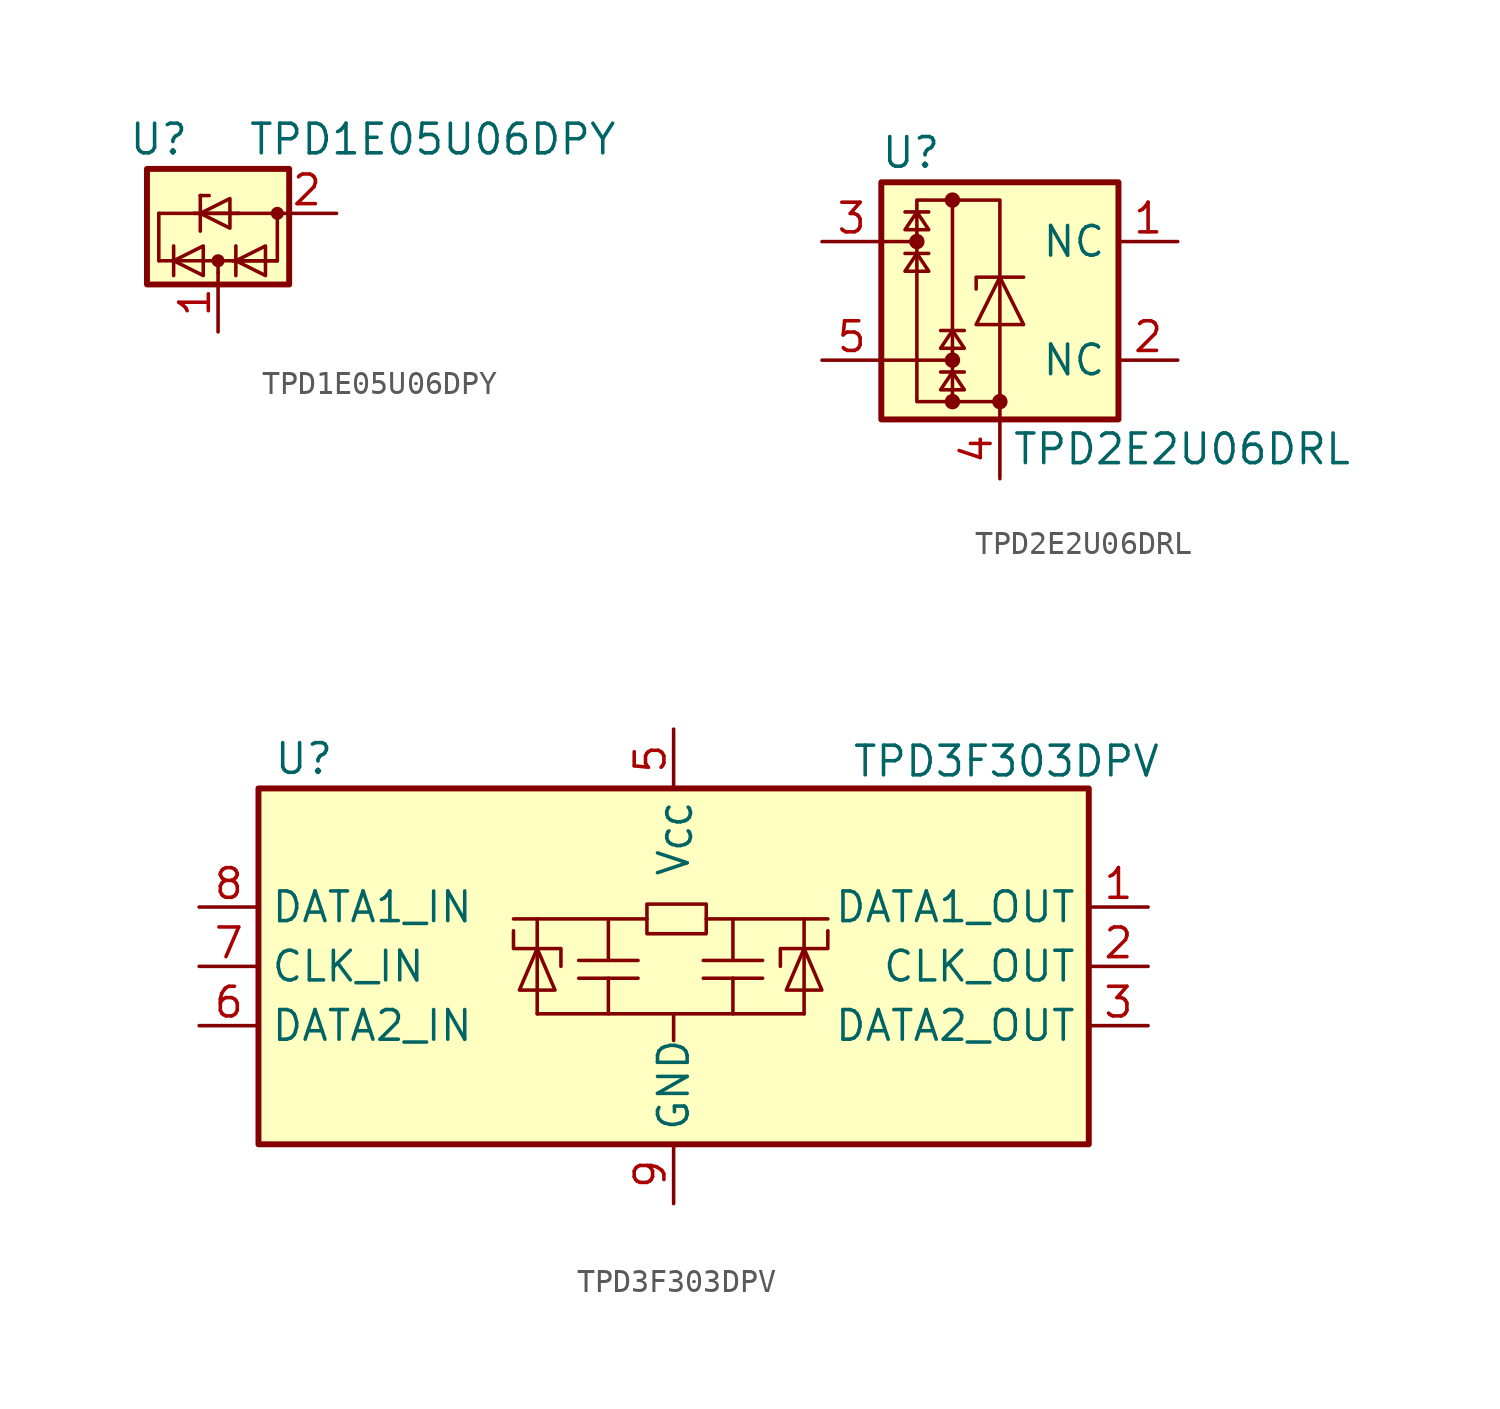
<source format=kicad_sym>
(kicad_symbol_lib
  (version 20241209)
  (generator "kicad_symbol_editor")
  (generator_version "9.0")
  (symbol "TPD1E05U06DPY"
    (pin_names
      (offset 0)
      (hide yes))
    (property "Reference" "U"
      (at -2.54 3.175 0)
      (effects (font (size 1.27 1.27))))
    (property "Value" "TPD1E05U06DPY"
      (at 1.27 3.175 0)
      (effects (font (size 1.27 1.27)) (justify left)))
    (symbol "TPD1E05U06DPY_0_1"
      (rectangle (start -3.048 1.905) (end 3.048 -3.048) (stroke (width 0.254) (type default)) (fill (type background)))
      (polyline (pts (xy -2.54 -2.032) (xy -2.54 0)) (stroke (width 0) (type default)) (fill (type none)))
      (polyline (pts (xy -1.905 -2.032) (xy -0.635 -1.397) (xy -0.635 -2.667) (xy -1.905 -2.032)) (stroke (width 0) (type default)) (fill (type none)))
      (polyline (pts (xy -1.905 -2.667) (xy -1.905 -1.397)) (stroke (width 0) (type default)) (fill (type none)))
      (polyline (pts (xy -1.016 0) (xy -2.54 0)) (stroke (width 0) (type default)) (fill (type none)))
      (polyline (pts (xy -0.762 0.762) (xy -0.762 0.762)) (stroke (width 0) (type default)) (fill (type none)))
      (polyline (pts (xy -0.762 0) (xy 0.508 0.635) (xy 0.508 -0.635) (xy -0.762 0)) (stroke (width 0) (type default)) (fill (type none)))
      (polyline (pts (xy -0.762 -0.762) (xy -0.762 0.762)) (stroke (width 0) (type default)) (fill (type none)))
      (polyline (pts (xy -0.635 -2.032) (xy -2.54 -2.032)) (stroke (width 0) (type default)) (fill (type none)))
      (polyline (pts (xy -0.635 -2.032) (xy 0.635 -2.032)) (stroke (width 0) (type default)) (fill (type none)))
      (polyline (pts (xy -0.381 0.762) (xy -0.762 0.762)) (stroke (width 0) (type default)) (fill (type none)))
      (circle (center 0 -2.032) (radius 0.203) (stroke (width 0) (type default)) (fill (type outline)))
      (polyline (pts (xy 0 -2.54) (xy 0 -2.032)) (stroke (width 0) (type default)) (fill (type none)))
      (polyline (pts (xy 0.762 -2.032) (xy 2.032 -1.397) (xy 2.032 -2.667) (xy 0.762 -2.032)) (stroke (width 0) (type default)) (fill (type none)))
      (polyline (pts (xy 0.762 -2.667) (xy 0.762 -1.397)) (stroke (width 0) (type default)) (fill (type none)))
      (polyline (pts (xy 0.889 0) (xy -1.016 0)) (stroke (width 0) (type default)) (fill (type none)))
      (polyline (pts (xy 0.889 0) (xy -1.016 0)) (stroke (width 0) (type default)) (fill (type none)))
      (polyline (pts (xy 0.889 0) (xy 2.54 0)) (stroke (width 0) (type default)) (fill (type none)))
      (circle (center 2.54 0) (radius 0.203) (stroke (width 0) (type default)) (fill (type outline)))
      (polyline (pts (xy 2.54 -2.032) (xy 0.635 -2.032)) (stroke (width 0) (type default)) (fill (type none)))
      (polyline (pts (xy 2.54 -2.032) (xy 0.635 -2.032)) (stroke (width 0) (type default)) (fill (type none)))
      (polyline (pts (xy 2.54 -2.032) (xy 2.54 0)) (stroke (width 0) (type default)) (fill (type none))))
    (symbol "TPD1E05U06DPY_1_1"
      (pin passive line (at 0 -5.08 90) (length 2.54) (name "I/O" (effects (font (size 1.27 1.27)))) (number "1" (effects (font (size 1.27 1.27)))))
      (pin power_in line (at 5.08 0 180) (length 2.54) (name "GND" (effects (font (size 1.27 1.27)))) (number "2" (effects (font (size 1.27 1.27)))))))
  (symbol "TPD2E2U06DRL"
    (property "Reference" "U"
      (at -3.81 6.35 0)
      (effects (font (size 1.27 1.27))))
    (property "Value" "TPD2E2U06DRL"
      (at 0.508 -6.35 0)
      (effects (font (size 1.27 1.27)) (justify left)))
    (symbol "TPD2E2U06DRL_0_1"
      (rectangle (start -5.08 5.08) (end 5.08 -5.08) (stroke (width 0.254) (type default)) (fill (type background)))
      (rectangle (start -3.556 4.318) (end 0 -4.318) (stroke (width 0) (type default)) (fill (type none)))
      (polyline (pts (xy -3.556 3.81) (xy -4.064 3.048) (xy -3.048 3.048) (xy -3.556 3.81)) (stroke (width 0) (type default)) (fill (type none)))
      (circle (center -3.556 2.54) (radius 0.254) (stroke (width 0) (type default)) (fill (type outline)))
      (polyline (pts (xy -3.556 2.54) (xy -5.08 2.54)) (stroke (width 0) (type default)) (fill (type none)))
      (polyline (pts (xy -3.556 2.032) (xy -4.064 1.27) (xy -3.048 1.27) (xy -3.556 2.032)) (stroke (width 0) (type default)) (fill (type none)))
      (polyline (pts (xy -3.048 3.81) (xy -4.064 3.81)) (stroke (width 0) (type default)) (fill (type none)))
      (polyline (pts (xy -3.048 2.032) (xy -4.064 2.032)) (stroke (width 0) (type default)) (fill (type none)))
      (circle (center -2.032 4.318) (radius 0.254) (stroke (width 0) (type default)) (fill (type outline)))
      (polyline (pts (xy -2.032 -1.27) (xy -2.54 -2.032) (xy -1.524 -2.032) (xy -2.032 -1.27)) (stroke (width 0) (type default)) (fill (type none)))
      (circle (center -2.032 -2.54) (radius 0.254) (stroke (width 0) (type default)) (fill (type outline)))
      (polyline (pts (xy -2.032 -2.54) (xy -5.08 -2.54)) (stroke (width 0) (type default)) (fill (type none)))
      (polyline (pts (xy -2.032 -3.048) (xy -2.54 -3.81) (xy -1.524 -3.81) (xy -2.032 -3.048)) (stroke (width 0) (type default)) (fill (type none)))
      (circle (center -2.032 -4.318) (radius 0.254) (stroke (width 0) (type default)) (fill (type outline)))
      (polyline (pts (xy -2.032 -4.318) (xy -2.032 4.318)) (stroke (width 0) (type default)) (fill (type none)))
      (polyline (pts (xy -1.524 -1.27) (xy -2.54 -1.27)) (stroke (width 0) (type default)) (fill (type none)))
      (polyline (pts (xy -1.524 -3.048) (xy -2.54 -3.048)) (stroke (width 0) (type default)) (fill (type none)))
      (polyline (pts (xy 0 1.016) (xy 1.016 -1.016) (xy -1.016 -1.016) (xy 0 1.016)) (stroke (width 0) (type default)) (fill (type none)))
      (polyline (pts (xy 0 -4.318) (xy 0 -5.08)) (stroke (width 0) (type default)) (fill (type none)))
      (circle (center 0 -4.318) (radius 0.254) (stroke (width 0) (type default)) (fill (type outline)))
      (polyline (pts (xy 1.016 1.016) (xy -1.016 1.016) (xy -1.016 0.508)) (stroke (width 0) (type default)) (fill (type none))))
    (symbol "TPD2E2U06DRL_1_1"
      (pin passive line (at -7.62 2.54 0) (length 2.54) (name "~" (effects (font (size 1.27 1.27)))) (number "3" (effects (font (size 1.27 1.27)))))
      (pin passive line (at -7.62 -2.54 0) (length 2.54) (name "~" (effects (font (size 1.27 1.27)))) (number "5" (effects (font (size 1.27 1.27)))))
      (pin passive line (at 0 -7.62 90) (length 2.54) (name "~" (effects (font (size 1.27 1.27)))) (number "4" (effects (font (size 1.27 1.27)))))
      (pin passive line (at 7.62 2.54 180) (length 2.54) (name "NC" (effects (font (size 1.27 1.27)))) (number "1" (effects (font (size 1.27 1.27)))))
      (pin passive line (at 7.62 -2.54 180) (length 2.54) (name "NC" (effects (font (size 1.27 1.27)))) (number "2" (effects (font (size 1.27 1.27)))))))
  (symbol "TPD3F303DPV"
    (property "Reference" "U"
      (at -17.145 8.89 0)
      (effects (font (size 1.27 1.27)) (justify left)))
    (property "Value" "TPD3F303DPV"
      (at 7.62 9.525 0)
      (effects (font (size 1.27 1.27)) (justify left top)))
    (symbol "TPD3F303DPV_0_1"
      (rectangle (start -17.78 7.62) (end 17.78 -7.62) (stroke (width 0.254) (type default)) (fill (type background)))
      (polyline (pts (xy -6.858 1.524) (xy -6.858 0.762) (xy -4.826 0.762) (xy -4.826 0)) (stroke (width 0) (type default)) (fill (type none)))
      (polyline (pts (xy -5.842 2.032) (xy -5.842 0.762) (xy -5.842 -2.032)) (stroke (width 0) (type default)) (fill (type none)))
      (polyline (pts (xy -5.842 0.762) (xy -6.604 -1.016) (xy -5.08 -1.016) (xy -5.842 0.762)) (stroke (width 0) (type default)) (fill (type none)))
      (polyline (pts (xy -5.842 -2.032) (xy 5.588 -2.032)) (stroke (width 0) (type default)) (fill (type none)))
      (polyline (pts (xy -4.064 -0.508) (xy -1.524 -0.508)) (stroke (width 0) (type default)) (fill (type none)))
      (polyline (pts (xy -2.794 2.032) (xy -2.794 0.254)) (stroke (width 0) (type default)) (fill (type none)))
      (polyline (pts (xy -2.794 -0.508) (xy -2.794 -2.032)) (stroke (width 0) (type default)) (fill (type none)))
      (polyline (pts (xy -1.524 0.254) (xy -4.064 0.254)) (stroke (width 0) (type default)) (fill (type none)))
      (polyline (pts (xy -1.143 2.032) (xy -6.858 2.032)) (stroke (width 0) (type default)) (fill (type none)))
      (polyline (pts (xy -1.143 2.032) (xy -1.143 1.397) (xy 1.397 1.397) (xy 1.397 2.667) (xy -1.143 2.667) (xy -1.143 2.032)) (stroke (width 0) (type default)) (fill (type none)))
      (polyline (pts (xy 0 -2.032) (xy 0 -3.175)) (stroke (width 0) (type default)) (fill (type none)))
      (polyline (pts (xy 1.27 0.254) (xy 3.81 0.254)) (stroke (width 0) (type default)) (fill (type none)))
      (polyline (pts (xy 1.397 2.032) (xy 6.604 2.032)) (stroke (width 0) (type default)) (fill (type none)))
      (polyline (pts (xy 2.54 2.032) (xy 2.54 0.254)) (stroke (width 0) (type default)) (fill (type none)))
      (polyline (pts (xy 2.54 -0.508) (xy 2.54 -2.032)) (stroke (width 0) (type default)) (fill (type none)))
      (polyline (pts (xy 3.81 -0.508) (xy 1.27 -0.508)) (stroke (width 0) (type default)) (fill (type none)))
      (polyline (pts (xy 5.588 2.032) (xy 5.588 0.762) (xy 5.588 -2.032)) (stroke (width 0) (type default)) (fill (type none)))
      (polyline (pts (xy 5.588 0.762) (xy 6.35 -1.016) (xy 4.826 -1.016) (xy 5.588 0.762)) (stroke (width 0) (type default)) (fill (type none)))
      (polyline (pts (xy 6.604 1.524) (xy 6.604 0.762) (xy 4.572 0.762) (xy 4.572 0)) (stroke (width 0) (type default)) (fill (type none))))
    (symbol "TPD3F303DPV_1_1"
      (pin passive line (at -20.32 2.54 0) (length 2.54) (name "DATA1_IN" (effects (font (size 1.27 1.27)))) (number "8" (effects (font (size 1.27 1.27)))))
      (pin passive line (at -20.32 0 0) (length 2.54) (name "CLK_IN" (effects (font (size 1.27 1.27)))) (number "7" (effects (font (size 1.27 1.27)))))
      (pin passive line (at -20.32 -2.54 0) (length 2.54) (name "DATA2_IN" (effects (font (size 1.27 1.27)))) (number "6" (effects (font (size 1.27 1.27)))))
      (pin no_connect line (at -17.78 -5.08 0) (length 2.54) (hide yes) (name "NC" (effects (font (size 1.27 1.27)))) (number "4" (effects (font (size 1.27 1.27)))))
      (pin power_in line (at 0 10.16 270) (length 2.54) (name "V_{CC}" (effects (font (size 1.27 1.27)))) (number "5" (effects (font (size 1.27 1.27)))))
      (pin power_in line (at 0 -10.16 90) (length 2.54) (name "GND" (effects (font (size 1.27 1.27)))) (number "9" (effects (font (size 1.27 1.27)))))
      (pin passive line (at 20.32 2.54 180) (length 2.54) (name "DATA1_OUT" (effects (font (size 1.27 1.27)))) (number "1" (effects (font (size 1.27 1.27)))))
      (pin passive line (at 20.32 0 180) (length 2.54) (name "CLK_OUT" (effects (font (size 1.27 1.27)))) (number "2" (effects (font (size 1.27 1.27)))))
      (pin passive line (at 20.32 -2.54 180) (length 2.54) (name "DATA2_OUT" (effects (font (size 1.27 1.27)))) (number "3" (effects (font (size 1.27 1.27))))))))
</source>
